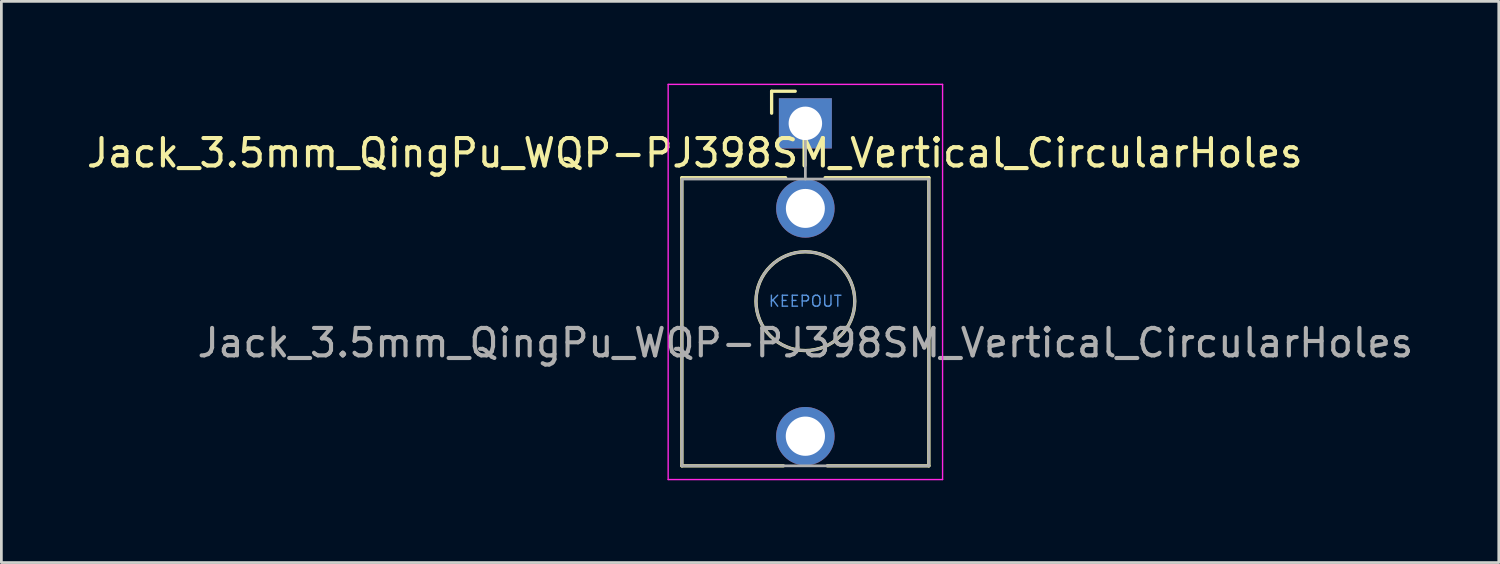
<source format=kicad_pcb>
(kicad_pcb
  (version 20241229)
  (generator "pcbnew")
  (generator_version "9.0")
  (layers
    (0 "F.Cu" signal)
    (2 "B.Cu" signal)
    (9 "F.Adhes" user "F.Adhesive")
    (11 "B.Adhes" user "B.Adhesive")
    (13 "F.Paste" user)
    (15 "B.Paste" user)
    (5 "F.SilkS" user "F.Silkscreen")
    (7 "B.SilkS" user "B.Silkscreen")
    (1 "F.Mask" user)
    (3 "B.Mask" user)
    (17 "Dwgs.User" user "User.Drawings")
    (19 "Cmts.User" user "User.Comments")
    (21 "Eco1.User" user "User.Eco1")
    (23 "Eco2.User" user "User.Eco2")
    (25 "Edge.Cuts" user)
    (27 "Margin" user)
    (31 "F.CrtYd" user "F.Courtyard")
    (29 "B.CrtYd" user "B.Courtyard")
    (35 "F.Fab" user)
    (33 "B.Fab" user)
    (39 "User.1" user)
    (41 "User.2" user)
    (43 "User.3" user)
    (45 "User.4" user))
  (footprint "Jack_3.5mm_QingPu_WQP-PJ398SM_Vertical_CircularHoles"
    (layer "F.Cu")
    (at 26.298 7.925)
    (property "Reference" "Jack_3.5mm_QingPu_WQP-PJ398SM_Vertical_CircularHoles" (at -4.03 -5.4 180) (layer "F.SilkS") (effects (font (size 1 1) (thickness 0.15))))
    (attr through_hole)
    (fp_line (start -4.5 -4.5) (end -4.5 6) (stroke (width 0.12) (type solid)) (layer "F.SilkS"))
    (fp_line (start -1.23 -7.65) (end -1.23 -6.85) (stroke (width 0.12) (type solid)) (layer "F.SilkS"))
    (fp_line (start -1.23 -7.65) (end -0.37 -7.65) (stroke (width 0.12) (type solid)) (layer "F.SilkS"))
    (fp_line (start -0.8 6) (end -4.5 6) (stroke (width 0.12) (type solid)) (layer "F.SilkS"))
    (fp_line (start -0.72 -4.5) (end -4.5 -4.5) (stroke (width 0.12) (type solid)) (layer "F.SilkS"))
    (fp_line (start 4.5 -4.5) (end 0.72 -4.5) (stroke (width 0.12) (type solid)) (layer "F.SilkS"))
    (fp_line (start 4.5 -4.5) (end 4.5 6) (stroke (width 0.12) (type solid)) (layer "F.SilkS"))
    (fp_line (start 4.5 6) (end 0.8 6) (stroke (width 0.12) (type solid)) (layer "F.SilkS"))
    (fp_circle (center 0 0) (end 1.8 0) (stroke (width 0.12) (type solid)) (fill no) (layer "F.SilkS"))
    (fp_line (start -5 6.5) (end -5 -7.9) (stroke (width 0.05) (type solid)) (layer "F.CrtYd"))
    (fp_line (start 5 -7.9) (end -5 -7.9) (stroke (width 0.05) (type solid)) (layer "F.CrtYd"))
    (fp_line (start 5 6.5) (end -5 6.5) (stroke (width 0.05) (type solid)) (layer "F.CrtYd"))
    (fp_line (start 5 6.5) (end 5 -7.9) (stroke (width 0.05) (type solid)) (layer "F.CrtYd"))
    (fp_line (start -4.5 6) (end -4.5 -4.4) (stroke (width 0.1) (type solid)) (layer "F.Fab"))
    (fp_line (start 0 -6.48) (end 0 -4.45) (stroke (width 0.1) (type solid)) (layer "F.Fab"))
    (fp_line (start 4.5 -4.45) (end -4.5 -4.45) (stroke (width 0.1) (type solid)) (layer "F.Fab"))
    (fp_line (start 4.5 6) (end -4.5 6) (stroke (width 0.1) (type solid)) (layer "F.Fab"))
    (fp_line (start 4.5 6) (end 4.5 -4.4) (stroke (width 0.1) (type solid)) (layer "F.Fab"))
    (fp_circle (center 0 0) (end 1.8 0) (stroke (width 0.1) (type solid)) (fill no) (layer "F.Fab"))
    (fp_text user "KEEPOUT" (at 0 0 0) (layer "Cmts.User") (effects (font (size 0.4 0.4) (thickness 0.051))))
    (fp_text user "${REFERENCE}" (at 0 1.52 180) (layer "F.Fab") (effects (font (size 1 1) (thickness 0.15))))
    (pad "S" thru_hole rect (at 0 -6.48 180) (size 1.93 1.83) (drill 1.22) (layers "*.Cu" "*.Mask"))
    (pad "T" thru_hole circle (at 0 4.92 180) (size 2.13 2.13) (drill 1.43) (layers "*.Cu" "*.Mask"))
    (pad "TN" thru_hole circle (at 0 -3.38 180) (size 2.13 2.13) (drill 1.42) (layers "*.Cu" "*.Mask"))
    (zone (net_name "") (layer "F.Cu") (hatch full 0.508) (connect_pads) (min_thickness 0.254) (filled_areas_thickness no) (keepout (tracks not_allowed) (vias not_allowed) (pads not_allowed) (copperpour not_allowed) (footprints not_allowed)) (placement (enabled no)) (fill) (polygon (pts (xy 27.803 7.925) (xy 27.783 7.679) (xy 27.723 7.44) (xy 27.624 7.214) (xy 27.49 7.007) (xy 27.324 6.824) (xy 27.131 6.671) (xy 26.915 6.552) (xy 26.682 6.47) (xy 26.44 6.427) (xy 26.193 6.424) (xy 25.949 6.461) (xy 25.715 6.537) (xy 25.496 6.651) (xy 25.299 6.799) (xy 25.128 6.978) (xy 24.989 7.182) (xy 24.885 7.405) (xy 24.819 7.643) (xy 24.793 7.888) (xy 24.807 8.134) (xy 24.862 8.375) (xy 24.954 8.604) (xy 25.083 8.814) (xy 25.245 9) (xy 25.435 9.158) (xy 25.648 9.282) (xy 25.878 9.37) (xy 26.12 9.42) (xy 26.366 9.429) (xy 26.611 9.397) (xy 26.847 9.326) (xy 27.069 9.218) (xy 27.269 9.075) (xy 27.444 8.901) (xy 27.588 8.7) (xy 27.697 8.479) (xy 27.769 8.243) (xy 27.801 7.999)))))
  (gr_rect
    (start -3 -3)
    (end 51.566 17.45)
    (stroke (width 0.1) (type default))
    (fill no)
    (layer "Edge.Cuts")))
</source>
